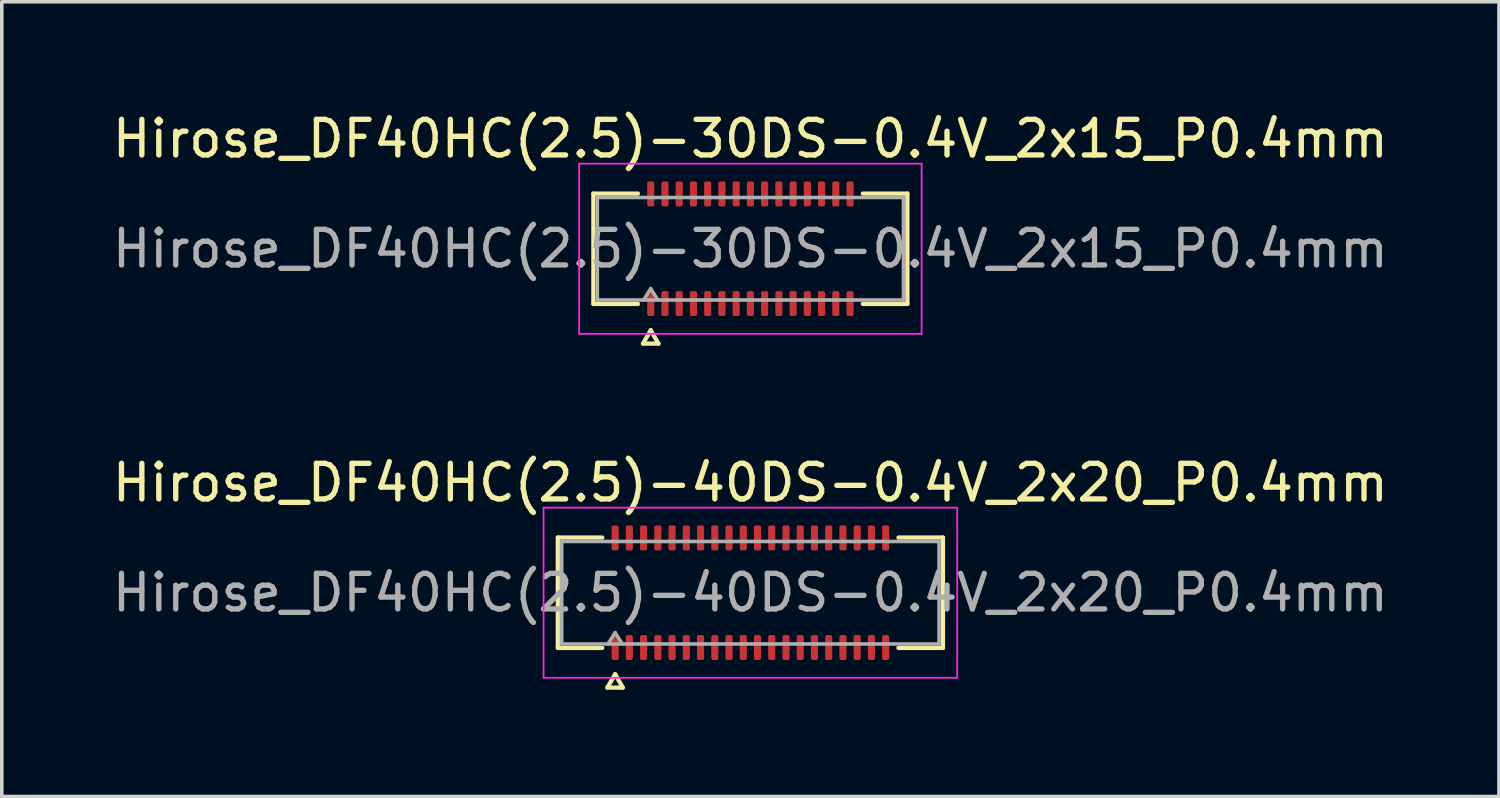
<source format=kicad_pcb>
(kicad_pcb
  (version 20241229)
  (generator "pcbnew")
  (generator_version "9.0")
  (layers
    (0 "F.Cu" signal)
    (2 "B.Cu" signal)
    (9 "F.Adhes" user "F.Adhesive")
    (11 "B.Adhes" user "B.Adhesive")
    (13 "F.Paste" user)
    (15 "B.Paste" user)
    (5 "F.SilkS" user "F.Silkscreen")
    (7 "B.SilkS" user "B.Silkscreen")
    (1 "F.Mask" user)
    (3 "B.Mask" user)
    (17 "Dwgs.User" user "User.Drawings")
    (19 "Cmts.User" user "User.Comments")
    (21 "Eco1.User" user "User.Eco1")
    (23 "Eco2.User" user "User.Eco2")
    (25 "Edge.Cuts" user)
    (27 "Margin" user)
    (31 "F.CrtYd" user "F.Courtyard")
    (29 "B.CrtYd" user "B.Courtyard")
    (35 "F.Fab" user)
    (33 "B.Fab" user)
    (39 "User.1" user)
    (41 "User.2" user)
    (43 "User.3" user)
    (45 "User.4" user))
  (footprint "Hirose_DF40HC(2.5)-30DS-0.4V_2x15_P0.4mm"
    (layer "F.Cu")
    (at 18.03 3.938)
    (property "Reference" "Hirose_DF40HC(2.5)-30DS-0.4V_2x15_P0.4mm" (at 0 -3.09 0) (layer "F.SilkS") (effects (font (size 1 1) (thickness 0.15))))
    (attr smd)
    (fp_line (start -4.41 -1.55) (end -3.16 -1.55) (stroke (width 0.12) (type solid)) (layer "F.SilkS"))
    (fp_line (start -4.41 1.55) (end -4.41 -1.55) (stroke (width 0.12) (type solid)) (layer "F.SilkS"))
    (fp_line (start -3.16 1.55) (end -4.41 1.55) (stroke (width 0.12) (type solid)) (layer "F.SilkS"))
    (fp_line (start -3.017 2.665) (end -2.8 2.29) (stroke (width 0.12) (type solid)) (layer "F.SilkS"))
    (fp_line (start -2.8 2.29) (end -2.583 2.665) (stroke (width 0.12) (type solid)) (layer "F.SilkS"))
    (fp_line (start -2.583 2.665) (end -3.017 2.665) (stroke (width 0.12) (type solid)) (layer "F.SilkS"))
    (fp_line (start 3.16 -1.55) (end 4.41 -1.55) (stroke (width 0.12) (type solid)) (layer "F.SilkS"))
    (fp_line (start 4.41 -1.55) (end 4.41 1.55) (stroke (width 0.12) (type solid)) (layer "F.SilkS"))
    (fp_line (start 4.41 1.55) (end 3.16 1.55) (stroke (width 0.12) (type solid)) (layer "F.SilkS"))
    (fp_line (start -4.81 -2.39) (end -4.81 2.39) (stroke (width 0.05) (type solid)) (layer "F.CrtYd"))
    (fp_line (start -4.81 2.39) (end 4.81 2.39) (stroke (width 0.05) (type solid)) (layer "F.CrtYd"))
    (fp_line (start 4.81 -2.39) (end -4.81 -2.39) (stroke (width 0.05) (type solid)) (layer "F.CrtYd"))
    (fp_line (start 4.81 2.39) (end 4.81 -2.39) (stroke (width 0.05) (type solid)) (layer "F.CrtYd"))
    (fp_line (start -4.3 -1.44) (end 4.3 -1.44) (stroke (width 0.1) (type solid)) (layer "F.Fab"))
    (fp_line (start -4.3 1.44) (end -4.3 -1.44) (stroke (width 0.1) (type solid)) (layer "F.Fab"))
    (fp_line (start -3 1.44) (end -2.8 1.12) (stroke (width 0.1) (type solid)) (layer "F.Fab"))
    (fp_line (start -2.8 1.12) (end -2.6 1.44) (stroke (width 0.1) (type solid)) (layer "F.Fab"))
    (fp_line (start 4.3 -1.44) (end 4.3 1.44) (stroke (width 0.1) (type solid)) (layer "F.Fab"))
    (fp_line (start 4.3 1.44) (end -4.3 1.44) (stroke (width 0.1) (type solid)) (layer "F.Fab"))
    (fp_text user "${REFERENCE}" (at 0 0 0) (layer "F.Fab") (effects (font (size 1 1) (thickness 0.15))))
    (pad "1" smd roundrect (at -2.8 1.54) (size 0.2 0.7) (layers "F.Cu" "F.Mask" "F.Paste") (roundrect_rratio 0.25))
    (pad "2" smd roundrect (at -2.8 -1.54) (size 0.2 0.7) (layers "F.Cu" "F.Mask" "F.Paste") (roundrect_rratio 0.25))
    (pad "3" smd roundrect (at -2.4 1.54) (size 0.2 0.7) (layers "F.Cu" "F.Mask" "F.Paste") (roundrect_rratio 0.25))
    (pad "4" smd roundrect (at -2.4 -1.54) (size 0.2 0.7) (layers "F.Cu" "F.Mask" "F.Paste") (roundrect_rratio 0.25))
    (pad "5" smd roundrect (at -2 1.54) (size 0.2 0.7) (layers "F.Cu" "F.Mask" "F.Paste") (roundrect_rratio 0.25))
    (pad "6" smd roundrect (at -2 -1.54) (size 0.2 0.7) (layers "F.Cu" "F.Mask" "F.Paste") (roundrect_rratio 0.25))
    (pad "7" smd roundrect (at -1.6 1.54) (size 0.2 0.7) (layers "F.Cu" "F.Mask" "F.Paste") (roundrect_rratio 0.25))
    (pad "8" smd roundrect (at -1.6 -1.54) (size 0.2 0.7) (layers "F.Cu" "F.Mask" "F.Paste") (roundrect_rratio 0.25))
    (pad "9" smd roundrect (at -1.2 1.54) (size 0.2 0.7) (layers "F.Cu" "F.Mask" "F.Paste") (roundrect_rratio 0.25))
    (pad "10" smd roundrect (at -1.2 -1.54) (size 0.2 0.7) (layers "F.Cu" "F.Mask" "F.Paste") (roundrect_rratio 0.25))
    (pad "11" smd roundrect (at -0.8 1.54) (size 0.2 0.7) (layers "F.Cu" "F.Mask" "F.Paste") (roundrect_rratio 0.25))
    (pad "12" smd roundrect (at -0.8 -1.54) (size 0.2 0.7) (layers "F.Cu" "F.Mask" "F.Paste") (roundrect_rratio 0.25))
    (pad "13" smd roundrect (at -0.4 1.54) (size 0.2 0.7) (layers "F.Cu" "F.Mask" "F.Paste") (roundrect_rratio 0.25))
    (pad "14" smd roundrect (at -0.4 -1.54) (size 0.2 0.7) (layers "F.Cu" "F.Mask" "F.Paste") (roundrect_rratio 0.25))
    (pad "15" smd roundrect (at 0 1.54) (size 0.2 0.7) (layers "F.Cu" "F.Mask" "F.Paste") (roundrect_rratio 0.25))
    (pad "16" smd roundrect (at 0 -1.54) (size 0.2 0.7) (layers "F.Cu" "F.Mask" "F.Paste") (roundrect_rratio 0.25))
    (pad "17" smd roundrect (at 0.4 1.54) (size 0.2 0.7) (layers "F.Cu" "F.Mask" "F.Paste") (roundrect_rratio 0.25))
    (pad "18" smd roundrect (at 0.4 -1.54) (size 0.2 0.7) (layers "F.Cu" "F.Mask" "F.Paste") (roundrect_rratio 0.25))
    (pad "19" smd roundrect (at 0.8 1.54) (size 0.2 0.7) (layers "F.Cu" "F.Mask" "F.Paste") (roundrect_rratio 0.25))
    (pad "20" smd roundrect (at 0.8 -1.54) (size 0.2 0.7) (layers "F.Cu" "F.Mask" "F.Paste") (roundrect_rratio 0.25))
    (pad "21" smd roundrect (at 1.2 1.54) (size 0.2 0.7) (layers "F.Cu" "F.Mask" "F.Paste") (roundrect_rratio 0.25))
    (pad "22" smd roundrect (at 1.2 -1.54) (size 0.2 0.7) (layers "F.Cu" "F.Mask" "F.Paste") (roundrect_rratio 0.25))
    (pad "23" smd roundrect (at 1.6 1.54) (size 0.2 0.7) (layers "F.Cu" "F.Mask" "F.Paste") (roundrect_rratio 0.25))
    (pad "24" smd roundrect (at 1.6 -1.54) (size 0.2 0.7) (layers "F.Cu" "F.Mask" "F.Paste") (roundrect_rratio 0.25))
    (pad "25" smd roundrect (at 2 1.54) (size 0.2 0.7) (layers "F.Cu" "F.Mask" "F.Paste") (roundrect_rratio 0.25))
    (pad "26" smd roundrect (at 2 -1.54) (size 0.2 0.7) (layers "F.Cu" "F.Mask" "F.Paste") (roundrect_rratio 0.25))
    (pad "27" smd roundrect (at 2.4 1.54) (size 0.2 0.7) (layers "F.Cu" "F.Mask" "F.Paste") (roundrect_rratio 0.25))
    (pad "28" smd roundrect (at 2.4 -1.54) (size 0.2 0.7) (layers "F.Cu" "F.Mask" "F.Paste") (roundrect_rratio 0.25))
    (pad "29" smd roundrect (at 2.8 1.54) (size 0.2 0.7) (layers "F.Cu" "F.Mask" "F.Paste") (roundrect_rratio 0.25))
    (pad "30" smd roundrect (at 2.8 -1.54) (size 0.2 0.7) (layers "F.Cu" "F.Mask" "F.Paste") (roundrect_rratio 0.25)))
  (footprint "Hirose_DF40HC(2.5)-40DS-0.4V_2x20_P0.4mm"
    (layer "F.Cu")
    (at 18.03 13.601)
    (property "Reference" "Hirose_DF40HC(2.5)-40DS-0.4V_2x20_P0.4mm" (at 0 -3.09 0) (layer "F.SilkS") (effects (font (size 1 1) (thickness 0.15))))
    (attr smd)
    (fp_line (start -5.41 -1.55) (end -4.16 -1.55) (stroke (width 0.12) (type solid)) (layer "F.SilkS"))
    (fp_line (start -5.41 1.55) (end -5.41 -1.55) (stroke (width 0.12) (type solid)) (layer "F.SilkS"))
    (fp_line (start -4.16 1.55) (end -5.41 1.55) (stroke (width 0.12) (type solid)) (layer "F.SilkS"))
    (fp_line (start -4.017 2.665) (end -3.8 2.29) (stroke (width 0.12) (type solid)) (layer "F.SilkS"))
    (fp_line (start -3.8 2.29) (end -3.583 2.665) (stroke (width 0.12) (type solid)) (layer "F.SilkS"))
    (fp_line (start -3.583 2.665) (end -4.017 2.665) (stroke (width 0.12) (type solid)) (layer "F.SilkS"))
    (fp_line (start 4.16 -1.55) (end 5.41 -1.55) (stroke (width 0.12) (type solid)) (layer "F.SilkS"))
    (fp_line (start 5.41 -1.55) (end 5.41 1.55) (stroke (width 0.12) (type solid)) (layer "F.SilkS"))
    (fp_line (start 5.41 1.55) (end 4.16 1.55) (stroke (width 0.12) (type solid)) (layer "F.SilkS"))
    (fp_line (start -5.81 -2.39) (end -5.81 2.39) (stroke (width 0.05) (type solid)) (layer "F.CrtYd"))
    (fp_line (start -5.81 2.39) (end 5.81 2.39) (stroke (width 0.05) (type solid)) (layer "F.CrtYd"))
    (fp_line (start 5.81 -2.39) (end -5.81 -2.39) (stroke (width 0.05) (type solid)) (layer "F.CrtYd"))
    (fp_line (start 5.81 2.39) (end 5.81 -2.39) (stroke (width 0.05) (type solid)) (layer "F.CrtYd"))
    (fp_line (start -5.3 -1.44) (end 5.3 -1.44) (stroke (width 0.1) (type solid)) (layer "F.Fab"))
    (fp_line (start -5.3 1.44) (end -5.3 -1.44) (stroke (width 0.1) (type solid)) (layer "F.Fab"))
    (fp_line (start -4 1.44) (end -3.8 1.12) (stroke (width 0.1) (type solid)) (layer "F.Fab"))
    (fp_line (start -3.8 1.12) (end -3.6 1.44) (stroke (width 0.1) (type solid)) (layer "F.Fab"))
    (fp_line (start 5.3 -1.44) (end 5.3 1.44) (stroke (width 0.1) (type solid)) (layer "F.Fab"))
    (fp_line (start 5.3 1.44) (end -5.3 1.44) (stroke (width 0.1) (type solid)) (layer "F.Fab"))
    (fp_text user "${REFERENCE}" (at 0 0 0) (layer "F.Fab") (effects (font (size 1 1) (thickness 0.15))))
    (pad "1" smd roundrect (at -3.8 1.54) (size 0.2 0.7) (layers "F.Cu" "F.Mask" "F.Paste") (roundrect_rratio 0.25))
    (pad "2" smd roundrect (at -3.8 -1.54) (size 0.2 0.7) (layers "F.Cu" "F.Mask" "F.Paste") (roundrect_rratio 0.25))
    (pad "3" smd roundrect (at -3.4 1.54) (size 0.2 0.7) (layers "F.Cu" "F.Mask" "F.Paste") (roundrect_rratio 0.25))
    (pad "4" smd roundrect (at -3.4 -1.54) (size 0.2 0.7) (layers "F.Cu" "F.Mask" "F.Paste") (roundrect_rratio 0.25))
    (pad "5" smd roundrect (at -3 1.54) (size 0.2 0.7) (layers "F.Cu" "F.Mask" "F.Paste") (roundrect_rratio 0.25))
    (pad "6" smd roundrect (at -3 -1.54) (size 0.2 0.7) (layers "F.Cu" "F.Mask" "F.Paste") (roundrect_rratio 0.25))
    (pad "7" smd roundrect (at -2.6 1.54) (size 0.2 0.7) (layers "F.Cu" "F.Mask" "F.Paste") (roundrect_rratio 0.25))
    (pad "8" smd roundrect (at -2.6 -1.54) (size 0.2 0.7) (layers "F.Cu" "F.Mask" "F.Paste") (roundrect_rratio 0.25))
    (pad "9" smd roundrect (at -2.2 1.54) (size 0.2 0.7) (layers "F.Cu" "F.Mask" "F.Paste") (roundrect_rratio 0.25))
    (pad "10" smd roundrect (at -2.2 -1.54) (size 0.2 0.7) (layers "F.Cu" "F.Mask" "F.Paste") (roundrect_rratio 0.25))
    (pad "11" smd roundrect (at -1.8 1.54) (size 0.2 0.7) (layers "F.Cu" "F.Mask" "F.Paste") (roundrect_rratio 0.25))
    (pad "12" smd roundrect (at -1.8 -1.54) (size 0.2 0.7) (layers "F.Cu" "F.Mask" "F.Paste") (roundrect_rratio 0.25))
    (pad "13" smd roundrect (at -1.4 1.54) (size 0.2 0.7) (layers "F.Cu" "F.Mask" "F.Paste") (roundrect_rratio 0.25))
    (pad "14" smd roundrect (at -1.4 -1.54) (size 0.2 0.7) (layers "F.Cu" "F.Mask" "F.Paste") (roundrect_rratio 0.25))
    (pad "15" smd roundrect (at -1 1.54) (size 0.2 0.7) (layers "F.Cu" "F.Mask" "F.Paste") (roundrect_rratio 0.25))
    (pad "16" smd roundrect (at -1 -1.54) (size 0.2 0.7) (layers "F.Cu" "F.Mask" "F.Paste") (roundrect_rratio 0.25))
    (pad "17" smd roundrect (at -0.6 1.54) (size 0.2 0.7) (layers "F.Cu" "F.Mask" "F.Paste") (roundrect_rratio 0.25))
    (pad "18" smd roundrect (at -0.6 -1.54) (size 0.2 0.7) (layers "F.Cu" "F.Mask" "F.Paste") (roundrect_rratio 0.25))
    (pad "19" smd roundrect (at -0.2 1.54) (size 0.2 0.7) (layers "F.Cu" "F.Mask" "F.Paste") (roundrect_rratio 0.25))
    (pad "20" smd roundrect (at -0.2 -1.54) (size 0.2 0.7) (layers "F.Cu" "F.Mask" "F.Paste") (roundrect_rratio 0.25))
    (pad "21" smd roundrect (at 0.2 1.54) (size 0.2 0.7) (layers "F.Cu" "F.Mask" "F.Paste") (roundrect_rratio 0.25))
    (pad "22" smd roundrect (at 0.2 -1.54) (size 0.2 0.7) (layers "F.Cu" "F.Mask" "F.Paste") (roundrect_rratio 0.25))
    (pad "23" smd roundrect (at 0.6 1.54) (size 0.2 0.7) (layers "F.Cu" "F.Mask" "F.Paste") (roundrect_rratio 0.25))
    (pad "24" smd roundrect (at 0.6 -1.54) (size 0.2 0.7) (layers "F.Cu" "F.Mask" "F.Paste") (roundrect_rratio 0.25))
    (pad "25" smd roundrect (at 1 1.54) (size 0.2 0.7) (layers "F.Cu" "F.Mask" "F.Paste") (roundrect_rratio 0.25))
    (pad "26" smd roundrect (at 1 -1.54) (size 0.2 0.7) (layers "F.Cu" "F.Mask" "F.Paste") (roundrect_rratio 0.25))
    (pad "27" smd roundrect (at 1.4 1.54) (size 0.2 0.7) (layers "F.Cu" "F.Mask" "F.Paste") (roundrect_rratio 0.25))
    (pad "28" smd roundrect (at 1.4 -1.54) (size 0.2 0.7) (layers "F.Cu" "F.Mask" "F.Paste") (roundrect_rratio 0.25))
    (pad "29" smd roundrect (at 1.8 1.54) (size 0.2 0.7) (layers "F.Cu" "F.Mask" "F.Paste") (roundrect_rratio 0.25))
    (pad "30" smd roundrect (at 1.8 -1.54) (size 0.2 0.7) (layers "F.Cu" "F.Mask" "F.Paste") (roundrect_rratio 0.25))
    (pad "31" smd roundrect (at 2.2 1.54) (size 0.2 0.7) (layers "F.Cu" "F.Mask" "F.Paste") (roundrect_rratio 0.25))
    (pad "32" smd roundrect (at 2.2 -1.54) (size 0.2 0.7) (layers "F.Cu" "F.Mask" "F.Paste") (roundrect_rratio 0.25))
    (pad "33" smd roundrect (at 2.6 1.54) (size 0.2 0.7) (layers "F.Cu" "F.Mask" "F.Paste") (roundrect_rratio 0.25))
    (pad "34" smd roundrect (at 2.6 -1.54) (size 0.2 0.7) (layers "F.Cu" "F.Mask" "F.Paste") (roundrect_rratio 0.25))
    (pad "35" smd roundrect (at 3 1.54) (size 0.2 0.7) (layers "F.Cu" "F.Mask" "F.Paste") (roundrect_rratio 0.25))
    (pad "36" smd roundrect (at 3 -1.54) (size 0.2 0.7) (layers "F.Cu" "F.Mask" "F.Paste") (roundrect_rratio 0.25))
    (pad "37" smd roundrect (at 3.4 1.54) (size 0.2 0.7) (layers "F.Cu" "F.Mask" "F.Paste") (roundrect_rratio 0.25))
    (pad "38" smd roundrect (at 3.4 -1.54) (size 0.2 0.7) (layers "F.Cu" "F.Mask" "F.Paste") (roundrect_rratio 0.25))
    (pad "39" smd roundrect (at 3.8 1.54) (size 0.2 0.7) (layers "F.Cu" "F.Mask" "F.Paste") (roundrect_rratio 0.25))
    (pad "40" smd roundrect (at 3.8 -1.54) (size 0.2 0.7) (layers "F.Cu" "F.Mask" "F.Paste") (roundrect_rratio 0.25)))
  (gr_rect
    (start -3 -3)
    (end 39.06 19.326)
    (stroke (width 0.1) (type default))
    (fill no)
    (layer "Edge.Cuts")))
</source>
